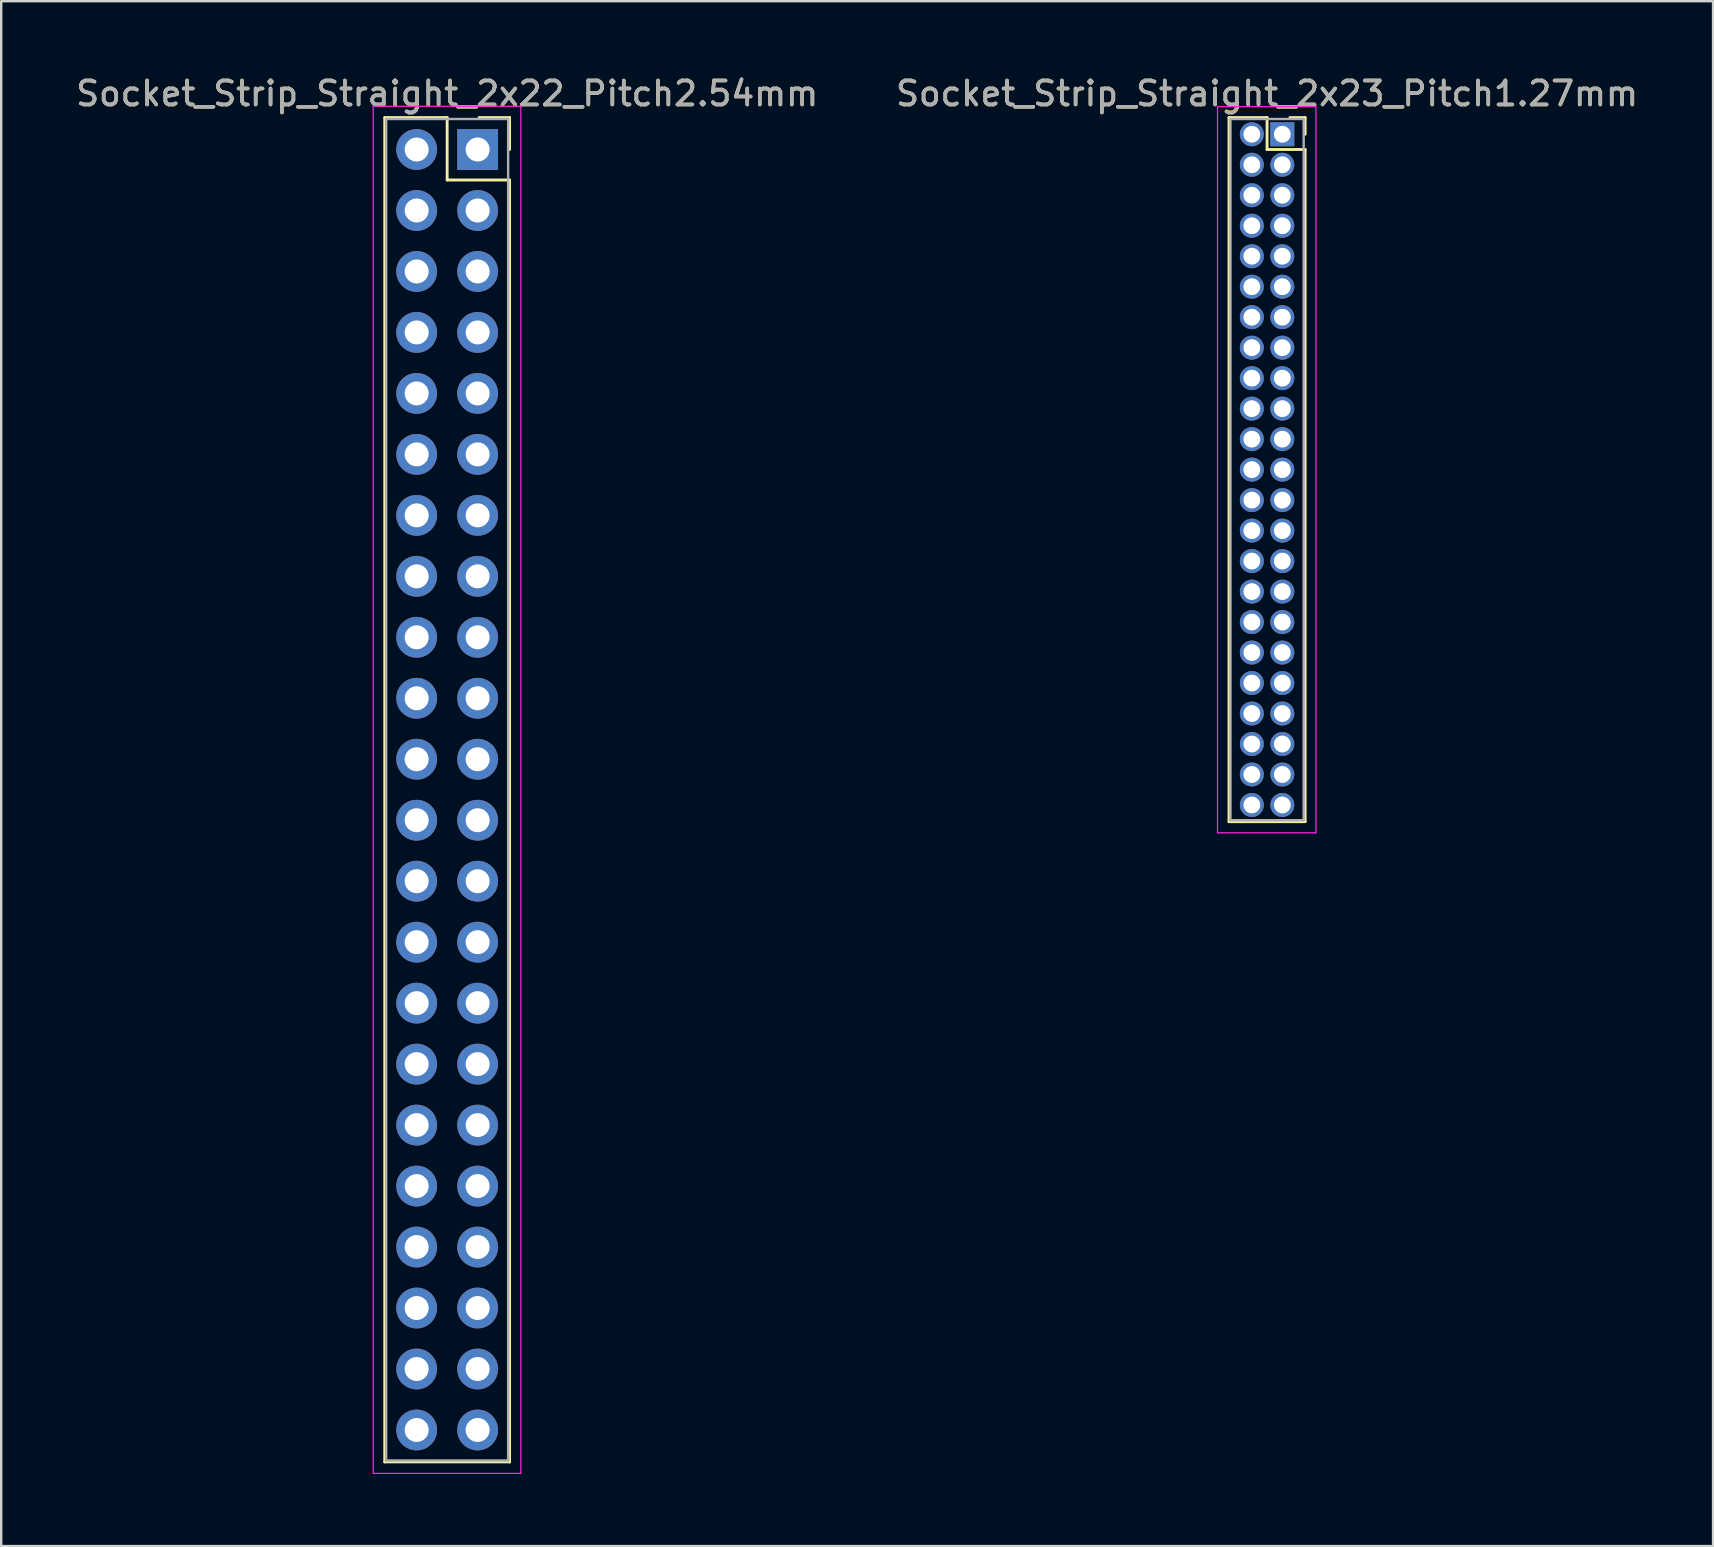
<source format=kicad_pcb>
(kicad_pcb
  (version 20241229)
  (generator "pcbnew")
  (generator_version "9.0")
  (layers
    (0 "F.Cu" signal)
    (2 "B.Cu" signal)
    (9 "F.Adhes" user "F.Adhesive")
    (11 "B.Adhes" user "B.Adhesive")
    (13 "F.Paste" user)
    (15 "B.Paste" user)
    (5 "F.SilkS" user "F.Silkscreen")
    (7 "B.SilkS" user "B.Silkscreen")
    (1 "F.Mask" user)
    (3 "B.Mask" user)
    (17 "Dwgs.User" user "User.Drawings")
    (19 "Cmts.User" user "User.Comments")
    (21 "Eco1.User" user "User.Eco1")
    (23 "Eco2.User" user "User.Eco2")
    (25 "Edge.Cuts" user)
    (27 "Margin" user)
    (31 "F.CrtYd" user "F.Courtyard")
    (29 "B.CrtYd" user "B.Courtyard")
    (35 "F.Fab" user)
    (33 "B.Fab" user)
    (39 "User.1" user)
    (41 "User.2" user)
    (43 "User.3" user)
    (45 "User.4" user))
  (footprint "Socket_Strip_Straight_2x22_Pitch2.54mm"
    (layer "F.Cu")
    (at 16.847 3.178)
    (property "Reference" "Socket_Strip_Straight_2x22_Pitch2.54mm" (at -1.27 -2.33 0) (layer "F.SilkS") (effects (font (size 1 1) (thickness 0.15))))
    (attr through_hole)
    (fp_line (start -3.87 -1.33) (end -1.27 -1.33) (stroke (width 0.12) (type solid)) (layer "F.SilkS"))
    (fp_line (start -3.87 54.67) (end -3.87 -1.33) (stroke (width 0.12) (type solid)) (layer "F.SilkS"))
    (fp_line (start -1.27 -1.33) (end -1.27 1.27) (stroke (width 0.12) (type solid)) (layer "F.SilkS"))
    (fp_line (start -1.27 1.27) (end 1.33 1.27) (stroke (width 0.12) (type solid)) (layer "F.SilkS"))
    (fp_line (start 1.33 -1.33) (end 0.06 -1.33) (stroke (width 0.12) (type solid)) (layer "F.SilkS"))
    (fp_line (start 1.33 0) (end 1.33 -1.33) (stroke (width 0.12) (type solid)) (layer "F.SilkS"))
    (fp_line (start 1.33 1.27) (end 1.33 54.67) (stroke (width 0.12) (type solid)) (layer "F.SilkS"))
    (fp_line (start 1.33 54.67) (end -3.87 54.67) (stroke (width 0.12) (type solid)) (layer "F.SilkS"))
    (fp_line (start -4.35 -1.8) (end -4.35 55.15) (stroke (width 0.05) (type solid)) (layer "F.CrtYd"))
    (fp_line (start -4.35 55.15) (end 1.8 55.15) (stroke (width 0.05) (type solid)) (layer "F.CrtYd"))
    (fp_line (start 1.8 -1.8) (end -4.35 -1.8) (stroke (width 0.05) (type solid)) (layer "F.CrtYd"))
    (fp_line (start 1.8 55.15) (end 1.8 -1.8) (stroke (width 0.05) (type solid)) (layer "F.CrtYd"))
    (fp_line (start -3.81 -1.27) (end -3.81 54.61) (stroke (width 0.1) (type solid)) (layer "F.Fab"))
    (fp_line (start -3.81 54.61) (end 1.27 54.61) (stroke (width 0.1) (type solid)) (layer "F.Fab"))
    (fp_line (start 1.27 -1.27) (end -3.81 -1.27) (stroke (width 0.1) (type solid)) (layer "F.Fab"))
    (fp_line (start 1.27 54.61) (end 1.27 -1.27) (stroke (width 0.1) (type solid)) (layer "F.Fab"))
    (fp_text user "${REFERENCE}" (at -1.27 -2.33 0) (layer "F.Fab") (effects (font (size 1 1) (thickness 0.15))))
    (pad "1" thru_hole rect (at 0 0) (size 1.7 1.7) (drill 1) (layers "*.Cu" "*.Mask"))
    (pad "2" thru_hole oval (at -2.54 0) (size 1.7 1.7) (drill 1) (layers "*.Cu" "*.Mask"))
    (pad "3" thru_hole oval (at 0 2.54) (size 1.7 1.7) (drill 1) (layers "*.Cu" "*.Mask"))
    (pad "4" thru_hole oval (at -2.54 2.54) (size 1.7 1.7) (drill 1) (layers "*.Cu" "*.Mask"))
    (pad "5" thru_hole oval (at 0 5.08) (size 1.7 1.7) (drill 1) (layers "*.Cu" "*.Mask"))
    (pad "6" thru_hole oval (at -2.54 5.08) (size 1.7 1.7) (drill 1) (layers "*.Cu" "*.Mask"))
    (pad "7" thru_hole oval (at 0 7.62) (size 1.7 1.7) (drill 1) (layers "*.Cu" "*.Mask"))
    (pad "8" thru_hole oval (at -2.54 7.62) (size 1.7 1.7) (drill 1) (layers "*.Cu" "*.Mask"))
    (pad "9" thru_hole oval (at 0 10.16) (size 1.7 1.7) (drill 1) (layers "*.Cu" "*.Mask"))
    (pad "10" thru_hole oval (at -2.54 10.16) (size 1.7 1.7) (drill 1) (layers "*.Cu" "*.Mask"))
    (pad "11" thru_hole oval (at 0 12.7) (size 1.7 1.7) (drill 1) (layers "*.Cu" "*.Mask"))
    (pad "12" thru_hole oval (at -2.54 12.7) (size 1.7 1.7) (drill 1) (layers "*.Cu" "*.Mask"))
    (pad "13" thru_hole oval (at 0 15.24) (size 1.7 1.7) (drill 1) (layers "*.Cu" "*.Mask"))
    (pad "14" thru_hole oval (at -2.54 15.24) (size 1.7 1.7) (drill 1) (layers "*.Cu" "*.Mask"))
    (pad "15" thru_hole oval (at 0 17.78) (size 1.7 1.7) (drill 1) (layers "*.Cu" "*.Mask"))
    (pad "16" thru_hole oval (at -2.54 17.78) (size 1.7 1.7) (drill 1) (layers "*.Cu" "*.Mask"))
    (pad "17" thru_hole oval (at 0 20.32) (size 1.7 1.7) (drill 1) (layers "*.Cu" "*.Mask"))
    (pad "18" thru_hole oval (at -2.54 20.32) (size 1.7 1.7) (drill 1) (layers "*.Cu" "*.Mask"))
    (pad "19" thru_hole oval (at 0 22.86) (size 1.7 1.7) (drill 1) (layers "*.Cu" "*.Mask"))
    (pad "20" thru_hole oval (at -2.54 22.86) (size 1.7 1.7) (drill 1) (layers "*.Cu" "*.Mask"))
    (pad "21" thru_hole oval (at 0 25.4) (size 1.7 1.7) (drill 1) (layers "*.Cu" "*.Mask"))
    (pad "22" thru_hole oval (at -2.54 25.4) (size 1.7 1.7) (drill 1) (layers "*.Cu" "*.Mask"))
    (pad "23" thru_hole oval (at 0 27.94) (size 1.7 1.7) (drill 1) (layers "*.Cu" "*.Mask"))
    (pad "24" thru_hole oval (at -2.54 27.94) (size 1.7 1.7) (drill 1) (layers "*.Cu" "*.Mask"))
    (pad "25" thru_hole oval (at 0 30.48) (size 1.7 1.7) (drill 1) (layers "*.Cu" "*.Mask"))
    (pad "26" thru_hole oval (at -2.54 30.48) (size 1.7 1.7) (drill 1) (layers "*.Cu" "*.Mask"))
    (pad "27" thru_hole oval (at 0 33.02) (size 1.7 1.7) (drill 1) (layers "*.Cu" "*.Mask"))
    (pad "28" thru_hole oval (at -2.54 33.02) (size 1.7 1.7) (drill 1) (layers "*.Cu" "*.Mask"))
    (pad "29" thru_hole oval (at 0 35.56) (size 1.7 1.7) (drill 1) (layers "*.Cu" "*.Mask"))
    (pad "30" thru_hole oval (at -2.54 35.56) (size 1.7 1.7) (drill 1) (layers "*.Cu" "*.Mask"))
    (pad "31" thru_hole oval (at 0 38.1) (size 1.7 1.7) (drill 1) (layers "*.Cu" "*.Mask"))
    (pad "32" thru_hole oval (at -2.54 38.1) (size 1.7 1.7) (drill 1) (layers "*.Cu" "*.Mask"))
    (pad "33" thru_hole oval (at 0 40.64) (size 1.7 1.7) (drill 1) (layers "*.Cu" "*.Mask"))
    (pad "34" thru_hole oval (at -2.54 40.64) (size 1.7 1.7) (drill 1) (layers "*.Cu" "*.Mask"))
    (pad "35" thru_hole oval (at 0 43.18) (size 1.7 1.7) (drill 1) (layers "*.Cu" "*.Mask"))
    (pad "36" thru_hole oval (at -2.54 43.18) (size 1.7 1.7) (drill 1) (layers "*.Cu" "*.Mask"))
    (pad "37" thru_hole oval (at 0 45.72) (size 1.7 1.7) (drill 1) (layers "*.Cu" "*.Mask"))
    (pad "38" thru_hole oval (at -2.54 45.72) (size 1.7 1.7) (drill 1) (layers "*.Cu" "*.Mask"))
    (pad "39" thru_hole oval (at 0 48.26) (size 1.7 1.7) (drill 1) (layers "*.Cu" "*.Mask"))
    (pad "40" thru_hole oval (at -2.54 48.26) (size 1.7 1.7) (drill 1) (layers "*.Cu" "*.Mask"))
    (pad "41" thru_hole oval (at 0 50.8) (size 1.7 1.7) (drill 1) (layers "*.Cu" "*.Mask"))
    (pad "42" thru_hole oval (at -2.54 50.8) (size 1.7 1.7) (drill 1) (layers "*.Cu" "*.Mask"))
    (pad "43" thru_hole oval (at 0 53.34) (size 1.7 1.7) (drill 1) (layers "*.Cu" "*.Mask"))
    (pad "44" thru_hole oval (at -2.54 53.34) (size 1.7 1.7) (drill 1) (layers "*.Cu" "*.Mask")))
  (footprint "Socket_Strip_Straight_2x23_Pitch1.27mm"
    (layer "F.Cu")
    (at 50.367 2.543)
    (property "Reference" "Socket_Strip_Straight_2x23_Pitch1.27mm" (at -0.635 -1.695 0) (layer "F.SilkS") (effects (font (size 1 1) (thickness 0.15))))
    (attr through_hole)
    (fp_line (start -2.22 -0.695) (end -0.635 -0.695) (stroke (width 0.12) (type solid)) (layer "F.SilkS"))
    (fp_line (start -2.22 28.635) (end -2.22 -0.695) (stroke (width 0.12) (type solid)) (layer "F.SilkS"))
    (fp_line (start -0.635 -0.695) (end -0.635 0.635) (stroke (width 0.12) (type solid)) (layer "F.SilkS"))
    (fp_line (start -0.635 0.635) (end 0.95 0.635) (stroke (width 0.12) (type solid)) (layer "F.SilkS"))
    (fp_line (start 0.95 -0.695) (end 0.315 -0.695) (stroke (width 0.12) (type solid)) (layer "F.SilkS"))
    (fp_line (start 0.95 0) (end 0.95 -0.695) (stroke (width 0.12) (type solid)) (layer "F.SilkS"))
    (fp_line (start 0.95 0.635) (end 0.95 28.635) (stroke (width 0.12) (type solid)) (layer "F.SilkS"))
    (fp_line (start 0.95 28.635) (end -2.22 28.635) (stroke (width 0.12) (type solid)) (layer "F.SilkS"))
    (fp_line (start -2.7 -1.15) (end -2.7 29.1) (stroke (width 0.05) (type solid)) (layer "F.CrtYd"))
    (fp_line (start -2.7 29.1) (end 1.4 29.1) (stroke (width 0.05) (type solid)) (layer "F.CrtYd"))
    (fp_line (start 1.4 -1.15) (end -2.7 -1.15) (stroke (width 0.05) (type solid)) (layer "F.CrtYd"))
    (fp_line (start 1.4 29.1) (end 1.4 -1.15) (stroke (width 0.05) (type solid)) (layer "F.CrtYd"))
    (fp_line (start -2.16 -0.635) (end -2.16 28.575) (stroke (width 0.1) (type solid)) (layer "F.Fab"))
    (fp_line (start -2.16 28.575) (end 0.89 28.575) (stroke (width 0.1) (type solid)) (layer "F.Fab"))
    (fp_line (start 0.89 -0.635) (end -2.16 -0.635) (stroke (width 0.1) (type solid)) (layer "F.Fab"))
    (fp_line (start 0.89 28.575) (end 0.89 -0.635) (stroke (width 0.1) (type solid)) (layer "F.Fab"))
    (fp_text user "${REFERENCE}" (at -0.635 -1.695 0) (layer "F.Fab") (effects (font (size 1 1) (thickness 0.15))))
    (pad "1" thru_hole rect (at 0 0) (size 1 1) (drill 0.7) (layers "*.Cu" "*.Mask"))
    (pad "2" thru_hole oval (at -1.27 0) (size 1 1) (drill 0.7) (layers "*.Cu" "*.Mask"))
    (pad "3" thru_hole oval (at 0 1.27) (size 1 1) (drill 0.7) (layers "*.Cu" "*.Mask"))
    (pad "4" thru_hole oval (at -1.27 1.27) (size 1 1) (drill 0.7) (layers "*.Cu" "*.Mask"))
    (pad "5" thru_hole oval (at 0 2.54) (size 1 1) (drill 0.7) (layers "*.Cu" "*.Mask"))
    (pad "6" thru_hole oval (at -1.27 2.54) (size 1 1) (drill 0.7) (layers "*.Cu" "*.Mask"))
    (pad "7" thru_hole oval (at 0 3.81) (size 1 1) (drill 0.7) (layers "*.Cu" "*.Mask"))
    (pad "8" thru_hole oval (at -1.27 3.81) (size 1 1) (drill 0.7) (layers "*.Cu" "*.Mask"))
    (pad "9" thru_hole oval (at 0 5.08) (size 1 1) (drill 0.7) (layers "*.Cu" "*.Mask"))
    (pad "10" thru_hole oval (at -1.27 5.08) (size 1 1) (drill 0.7) (layers "*.Cu" "*.Mask"))
    (pad "11" thru_hole oval (at 0 6.35) (size 1 1) (drill 0.7) (layers "*.Cu" "*.Mask"))
    (pad "12" thru_hole oval (at -1.27 6.35) (size 1 1) (drill 0.7) (layers "*.Cu" "*.Mask"))
    (pad "13" thru_hole oval (at 0 7.62) (size 1 1) (drill 0.7) (layers "*.Cu" "*.Mask"))
    (pad "14" thru_hole oval (at -1.27 7.62) (size 1 1) (drill 0.7) (layers "*.Cu" "*.Mask"))
    (pad "15" thru_hole oval (at 0 8.89) (size 1 1) (drill 0.7) (layers "*.Cu" "*.Mask"))
    (pad "16" thru_hole oval (at -1.27 8.89) (size 1 1) (drill 0.7) (layers "*.Cu" "*.Mask"))
    (pad "17" thru_hole oval (at 0 10.16) (size 1 1) (drill 0.7) (layers "*.Cu" "*.Mask"))
    (pad "18" thru_hole oval (at -1.27 10.16) (size 1 1) (drill 0.7) (layers "*.Cu" "*.Mask"))
    (pad "19" thru_hole oval (at 0 11.43) (size 1 1) (drill 0.7) (layers "*.Cu" "*.Mask"))
    (pad "20" thru_hole oval (at -1.27 11.43) (size 1 1) (drill 0.7) (layers "*.Cu" "*.Mask"))
    (pad "21" thru_hole oval (at 0 12.7) (size 1 1) (drill 0.7) (layers "*.Cu" "*.Mask"))
    (pad "22" thru_hole oval (at -1.27 12.7) (size 1 1) (drill 0.7) (layers "*.Cu" "*.Mask"))
    (pad "23" thru_hole oval (at 0 13.97) (size 1 1) (drill 0.7) (layers "*.Cu" "*.Mask"))
    (pad "24" thru_hole oval (at -1.27 13.97) (size 1 1) (drill 0.7) (layers "*.Cu" "*.Mask"))
    (pad "25" thru_hole oval (at 0 15.24) (size 1 1) (drill 0.7) (layers "*.Cu" "*.Mask"))
    (pad "26" thru_hole oval (at -1.27 15.24) (size 1 1) (drill 0.7) (layers "*.Cu" "*.Mask"))
    (pad "27" thru_hole oval (at 0 16.51) (size 1 1) (drill 0.7) (layers "*.Cu" "*.Mask"))
    (pad "28" thru_hole oval (at -1.27 16.51) (size 1 1) (drill 0.7) (layers "*.Cu" "*.Mask"))
    (pad "29" thru_hole oval (at 0 17.78) (size 1 1) (drill 0.7) (layers "*.Cu" "*.Mask"))
    (pad "30" thru_hole oval (at -1.27 17.78) (size 1 1) (drill 0.7) (layers "*.Cu" "*.Mask"))
    (pad "31" thru_hole oval (at 0 19.05) (size 1 1) (drill 0.7) (layers "*.Cu" "*.Mask"))
    (pad "32" thru_hole oval (at -1.27 19.05) (size 1 1) (drill 0.7) (layers "*.Cu" "*.Mask"))
    (pad "33" thru_hole oval (at 0 20.32) (size 1 1) (drill 0.7) (layers "*.Cu" "*.Mask"))
    (pad "34" thru_hole oval (at -1.27 20.32) (size 1 1) (drill 0.7) (layers "*.Cu" "*.Mask"))
    (pad "35" thru_hole oval (at 0 21.59) (size 1 1) (drill 0.7) (layers "*.Cu" "*.Mask"))
    (pad "36" thru_hole oval (at -1.27 21.59) (size 1 1) (drill 0.7) (layers "*.Cu" "*.Mask"))
    (pad "37" thru_hole oval (at 0 22.86) (size 1 1) (drill 0.7) (layers "*.Cu" "*.Mask"))
    (pad "38" thru_hole oval (at -1.27 22.86) (size 1 1) (drill 0.7) (layers "*.Cu" "*.Mask"))
    (pad "39" thru_hole oval (at 0 24.13) (size 1 1) (drill 0.7) (layers "*.Cu" "*.Mask"))
    (pad "40" thru_hole oval (at -1.27 24.13) (size 1 1) (drill 0.7) (layers "*.Cu" "*.Mask"))
    (pad "41" thru_hole oval (at 0 25.4) (size 1 1) (drill 0.7) (layers "*.Cu" "*.Mask"))
    (pad "42" thru_hole oval (at -1.27 25.4) (size 1 1) (drill 0.7) (layers "*.Cu" "*.Mask"))
    (pad "43" thru_hole oval (at 0 26.67) (size 1 1) (drill 0.7) (layers "*.Cu" "*.Mask"))
    (pad "44" thru_hole oval (at -1.27 26.67) (size 1 1) (drill 0.7) (layers "*.Cu" "*.Mask"))
    (pad "45" thru_hole oval (at 0 27.94) (size 1 1) (drill 0.7) (layers "*.Cu" "*.Mask"))
    (pad "46" thru_hole oval (at -1.27 27.94) (size 1 1) (drill 0.7) (layers "*.Cu" "*.Mask")))
  (gr_rect
    (start -3 -3)
    (end 68.31 61.353)
    (stroke (width 0.1) (type default))
    (fill no)
    (layer "Edge.Cuts")))
</source>
